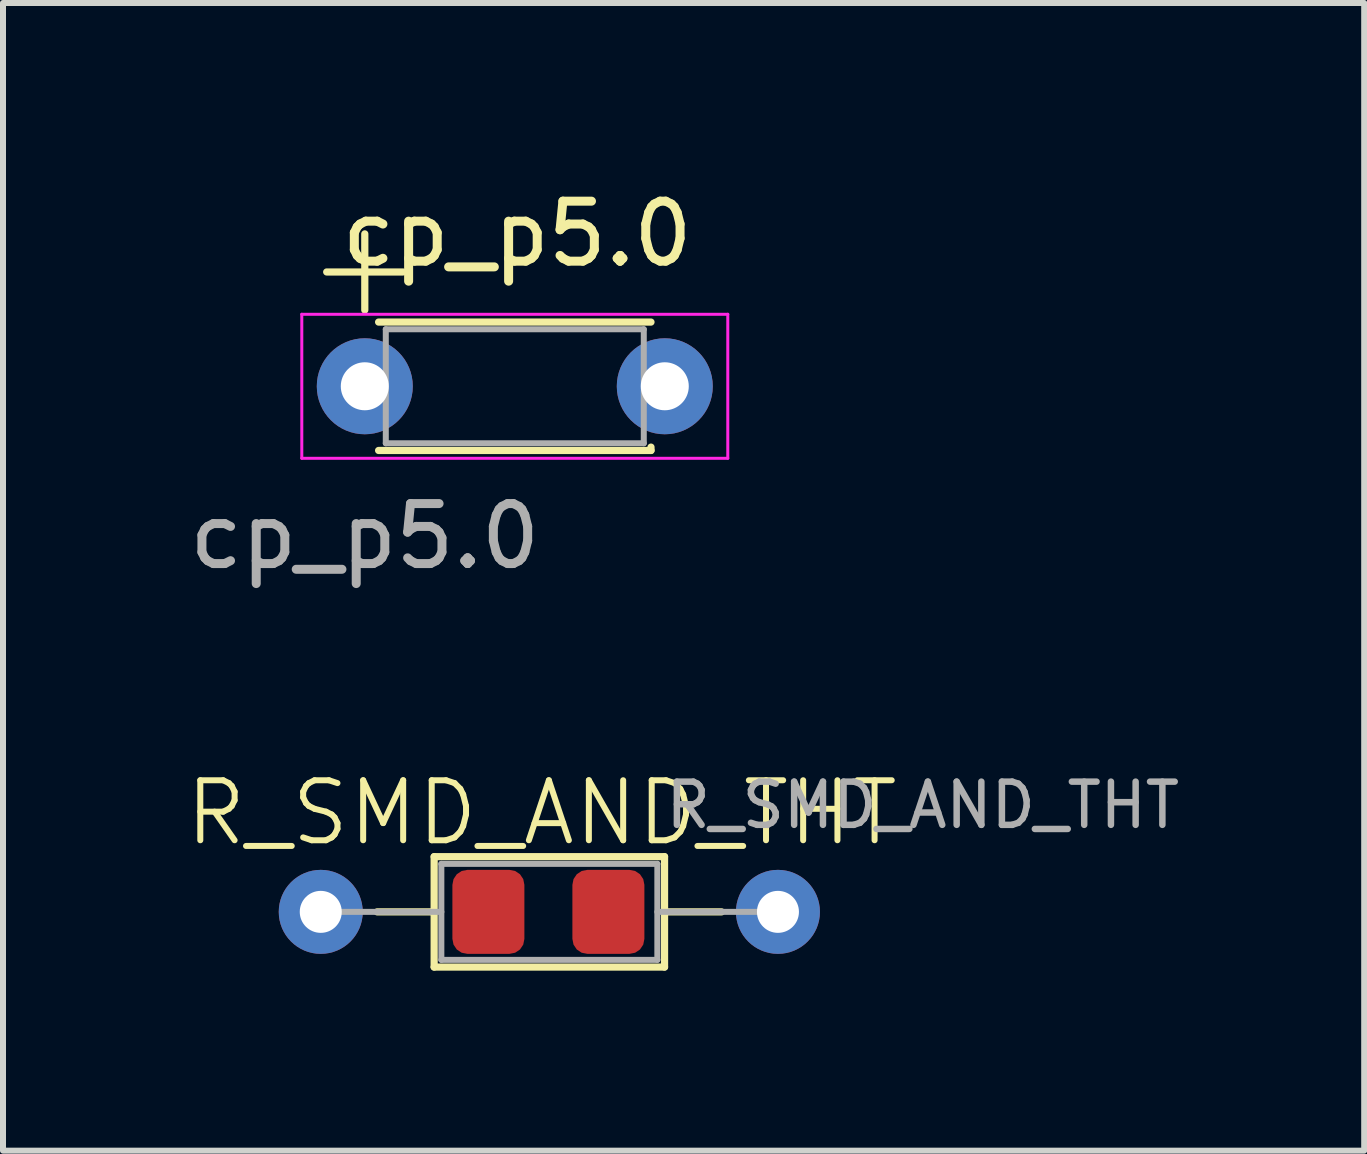
<source format=kicad_pcb>
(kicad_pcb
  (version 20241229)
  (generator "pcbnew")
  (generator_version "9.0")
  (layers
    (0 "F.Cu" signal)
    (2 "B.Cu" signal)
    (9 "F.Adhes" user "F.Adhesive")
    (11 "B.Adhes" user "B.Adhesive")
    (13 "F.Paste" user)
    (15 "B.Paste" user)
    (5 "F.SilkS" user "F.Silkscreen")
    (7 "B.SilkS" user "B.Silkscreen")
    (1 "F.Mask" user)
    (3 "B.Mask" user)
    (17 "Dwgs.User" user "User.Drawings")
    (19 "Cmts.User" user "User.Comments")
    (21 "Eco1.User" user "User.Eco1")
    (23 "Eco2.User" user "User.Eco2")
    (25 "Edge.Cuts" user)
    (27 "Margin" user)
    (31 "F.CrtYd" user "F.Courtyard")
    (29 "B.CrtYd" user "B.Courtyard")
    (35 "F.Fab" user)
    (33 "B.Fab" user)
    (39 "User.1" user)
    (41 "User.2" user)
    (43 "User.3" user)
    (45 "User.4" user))
  (footprint "cp_p5.0"
    (layer "F.Cu")
    (at 3.03 3.388)
    (property "Reference" "cp_p5.0" (at 2.54 -2.54 0) (unlocked yes) (layer "F.SilkS") (effects (font (size 1 1) (thickness 0.15))))
    (attr board_only exclude_from_pos_files exclude_from_bom)
    (fp_line (start -0.635 -1.905) (end 0.635 -1.905) (stroke (width 0.12) (type default)) (layer "F.SilkS"))
    (fp_line (start 0 -2.54) (end 0 -1.27) (stroke (width 0.12) (type default)) (layer "F.SilkS"))
    (fp_line (start 0.23 -1.07) (end 4.77 -1.07) (stroke (width 0.12) (type solid)) (layer "F.SilkS"))
    (fp_line (start 0.23 1.07) (end 4.77 1.07) (stroke (width 0.12) (type solid)) (layer "F.SilkS"))
    (fp_line (start 4.77 1.014) (end 4.77 1.07) (stroke (width 0.12) (type solid)) (layer "F.SilkS"))
    (fp_line (start -1.05 -1.2) (end -1.05 1.2) (stroke (width 0.05) (type solid)) (layer "F.CrtYd"))
    (fp_line (start -1.05 1.2) (end 6.05 1.2) (stroke (width 0.05) (type solid)) (layer "F.CrtYd"))
    (fp_line (start 6.05 -1.2) (end -1.05 -1.2) (stroke (width 0.05) (type solid)) (layer "F.CrtYd"))
    (fp_line (start 6.05 1.2) (end 6.05 -1.2) (stroke (width 0.05) (type solid)) (layer "F.CrtYd"))
    (fp_line (start 0.35 -0.95) (end 0.35 0.95) (stroke (width 0.1) (type solid)) (layer "F.Fab"))
    (fp_line (start 0.35 0.95) (end 4.65 0.95) (stroke (width 0.1) (type solid)) (layer "F.Fab"))
    (fp_line (start 4.65 -0.95) (end 0.35 -0.95) (stroke (width 0.1) (type solid)) (layer "F.Fab"))
    (fp_line (start 4.65 0.95) (end 4.65 -0.95) (stroke (width 0.1) (type solid)) (layer "F.Fab"))
    (fp_text user "${REFERENCE}" (at 0 2.5 0) (unlocked yes) (layer "F.Fab") (effects (font (size 1 1) (thickness 0.15))))
    (pad "1" thru_hole circle (at 0 0) (size 1.6 1.6) (drill 0.8) (layers "*.Cu" "*.Mask"))
    (pad "2" thru_hole circle (at 5 0) (size 1.6 1.6) (drill 0.8) (layers "*.Cu" "*.Mask")))
  (footprint "R_SMD_AND_THT"
    (layer "F.Cu")
    (at 2.296 12.148)
    (property "Reference" "R_SMD_AND_THT" (at 3.683 -1.651 0) (unlocked yes) (layer "F.SilkS") (effects (font (size 1 1) (thickness 0.1))))
    (attr smd)
    (fp_line (start 0.94 0) (end 1.89 0) (stroke (width 0.12) (type solid)) (layer "F.SilkS"))
    (fp_line (start 1.89 -0.92) (end 1.89 0.92) (stroke (width 0.12) (type solid)) (layer "F.SilkS"))
    (fp_line (start 1.89 0.92) (end 5.73 0.92) (stroke (width 0.12) (type solid)) (layer "F.SilkS"))
    (fp_line (start 5.73 -0.92) (end 1.89 -0.92) (stroke (width 0.12) (type solid)) (layer "F.SilkS"))
    (fp_line (start 5.73 0.92) (end 5.73 -0.92) (stroke (width 0.12) (type solid)) (layer "F.SilkS"))
    (fp_line (start 6.68 0) (end 5.73 0) (stroke (width 0.12) (type solid)) (layer "F.SilkS"))
    (fp_line (start 0 0) (end 2.01 0) (stroke (width 0.1) (type solid)) (layer "F.Fab"))
    (fp_line (start 2.01 -0.8) (end 2.01 0.8) (stroke (width 0.1) (type solid)) (layer "F.Fab"))
    (fp_line (start 2.01 0.8) (end 5.61 0.8) (stroke (width 0.1) (type solid)) (layer "F.Fab"))
    (fp_line (start 5.61 -0.8) (end 2.01 -0.8) (stroke (width 0.1) (type solid)) (layer "F.Fab"))
    (fp_line (start 5.61 0.8) (end 5.61 -0.8) (stroke (width 0.1) (type solid)) (layer "F.Fab"))
    (fp_line (start 7.62 0) (end 5.61 0) (stroke (width 0.1) (type solid)) (layer "F.Fab"))
    (fp_text user "${REFERENCE}" (at 10.033 -1.778 0) (layer "F.Fab") (effects (font (size 0.72 0.72) (thickness 0.108))))
    (pad "1" thru_hole circle (at 0 0) (size 1.4 1.4) (drill 0.7) (layers "*.Cu" "*.Mask"))
    (pad "1" smd roundrect (at 2.794 0) (size 1.2 1.4) (layers "F.Cu" "F.Mask" "F.Paste") (roundrect_rratio 0.208))
    (pad "2" smd roundrect (at 4.794 0) (size 1.2 1.4) (layers "F.Cu" "F.Mask" "F.Paste") (roundrect_rratio 0.208))
    (pad "2" thru_hole oval (at 7.62 0) (size 1.4 1.4) (drill 0.7) (layers "*.Cu" "*.Mask")))
  (gr_rect
    (start -3 -3)
    (end 19.687 16.128)
    (stroke (width 0.1) (type default))
    (fill no)
    (layer "Edge.Cuts")))
</source>
